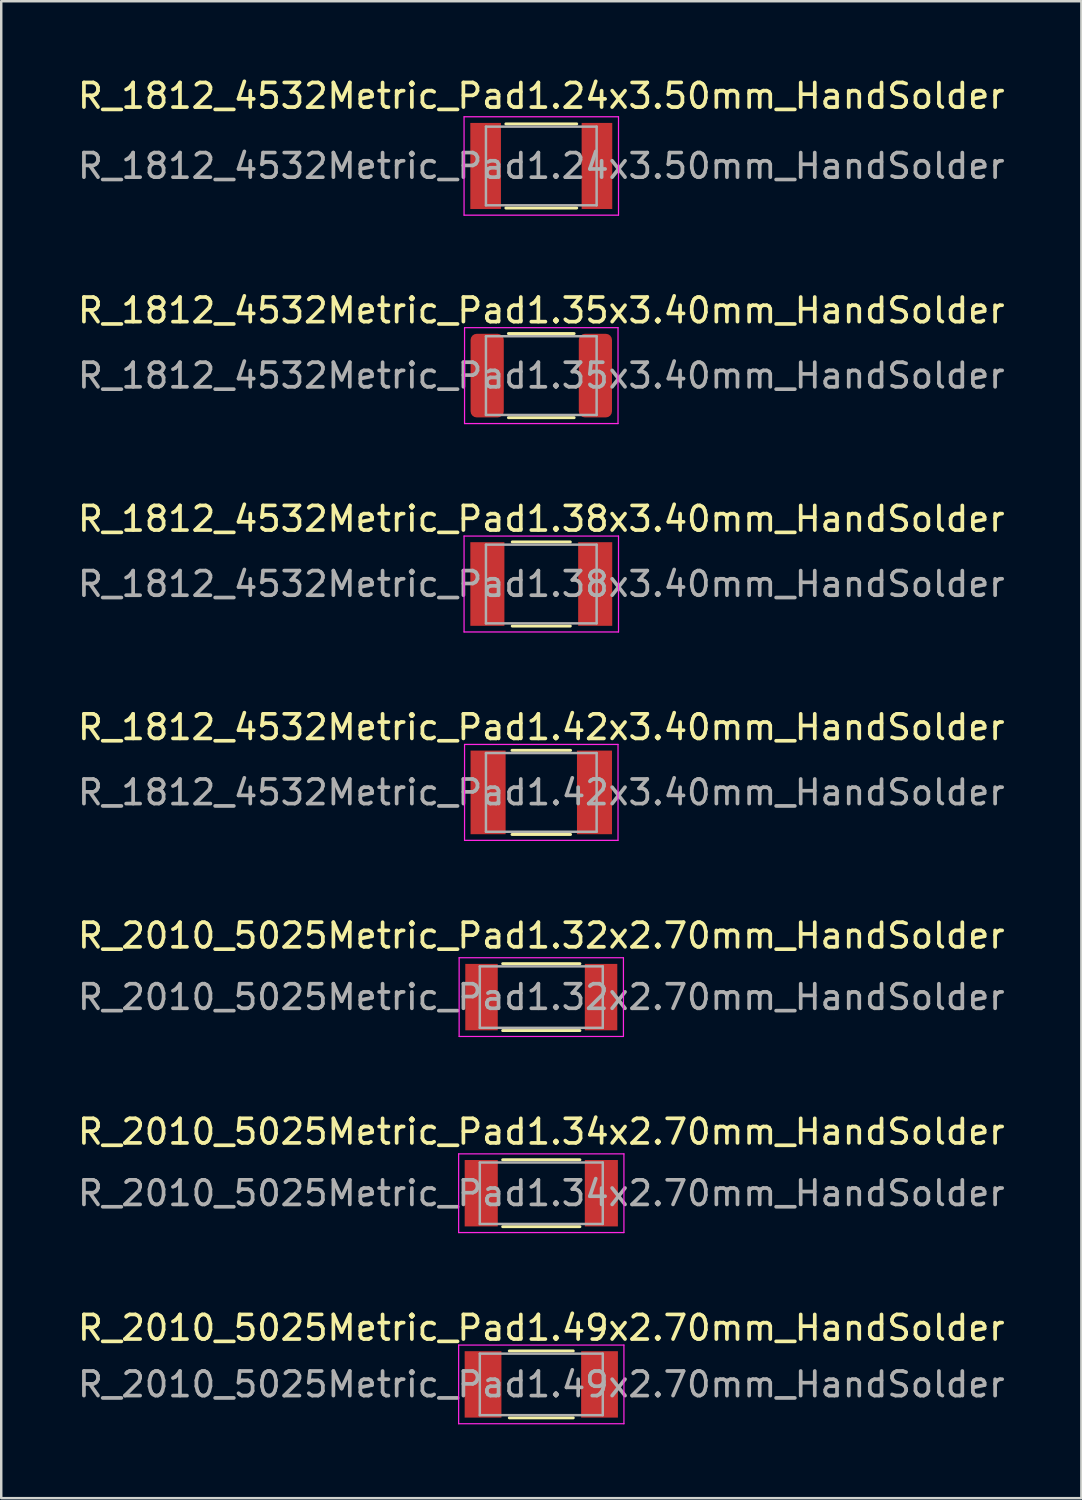
<source format=kicad_pcb>
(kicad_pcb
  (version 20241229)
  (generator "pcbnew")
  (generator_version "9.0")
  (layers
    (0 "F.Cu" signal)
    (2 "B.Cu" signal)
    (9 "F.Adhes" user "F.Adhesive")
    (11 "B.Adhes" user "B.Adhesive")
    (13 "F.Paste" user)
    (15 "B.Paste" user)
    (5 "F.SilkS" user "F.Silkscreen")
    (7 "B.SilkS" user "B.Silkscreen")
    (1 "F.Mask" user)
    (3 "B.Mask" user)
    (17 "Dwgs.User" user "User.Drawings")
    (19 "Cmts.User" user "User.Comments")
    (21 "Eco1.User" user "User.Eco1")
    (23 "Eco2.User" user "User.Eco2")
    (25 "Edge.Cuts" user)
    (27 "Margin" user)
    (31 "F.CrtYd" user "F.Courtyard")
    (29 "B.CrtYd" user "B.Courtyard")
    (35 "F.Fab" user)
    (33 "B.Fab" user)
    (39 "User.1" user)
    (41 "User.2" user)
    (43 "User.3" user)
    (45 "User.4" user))
  (footprint "R_1812_4532Metric_Pad1.24x3.50mm_HandSolder"
    (layer "F.Cu")
    (at 18.958 3.698)
    (property "Reference" "R_1812_4532Metric_Pad1.24x3.50mm_HandSolder" (at 0 -2.85 0) (layer "F.SilkS") (effects (font (size 1 1) (thickness 0.15))))
    (attr smd)
    (fp_line (start -1.44 -1.71) (end 1.44 -1.71) (stroke (width 0.12) (type solid)) (layer "F.SilkS"))
    (fp_line (start -1.44 1.71) (end 1.44 1.71) (stroke (width 0.12) (type solid)) (layer "F.SilkS"))
    (fp_line (start -3.14 -2) (end 3.14 -2) (stroke (width 0.05) (type solid)) (layer "F.CrtYd"))
    (fp_line (start -3.14 2) (end -3.14 -2) (stroke (width 0.05) (type solid)) (layer "F.CrtYd"))
    (fp_line (start 3.14 -2) (end 3.14 2) (stroke (width 0.05) (type solid)) (layer "F.CrtYd"))
    (fp_line (start 3.14 2) (end -3.14 2) (stroke (width 0.05) (type solid)) (layer "F.CrtYd"))
    (fp_line (start -2.25 -1.6) (end 2.25 -1.6) (stroke (width 0.1) (type solid)) (layer "F.Fab"))
    (fp_line (start -2.25 1.6) (end -2.25 -1.6) (stroke (width 0.1) (type solid)) (layer "F.Fab"))
    (fp_line (start 2.25 -1.6) (end 2.25 1.6) (stroke (width 0.1) (type solid)) (layer "F.Fab"))
    (fp_line (start 2.25 1.6) (end -2.25 1.6) (stroke (width 0.1) (type solid)) (layer "F.Fab"))
    (fp_text user "${REFERENCE}" (at 0 0 0) (layer "F.Fab") (effects (font (size 1 1) (thickness 0.15))))
    (pad "1" smd rect (at -2.263 0) (size 1.245 3.5) (layers "F.Cu" "F.Mask" "F.Paste"))
    (pad "2" smd rect (at 2.263 0) (size 1.245 3.5) (layers "F.Cu" "F.Mask" "F.Paste")))
  (footprint "R_2010_5025Metric_Pad1.49x2.70mm_HandSolder"
    (layer "F.Cu")
    (at 18.958 53.238)
    (property "Reference" "R_2010_5025Metric_Pad1.49x2.70mm_HandSolder" (at 0 -2.3 0) (layer "F.SilkS") (effects (font (size 1 1) (thickness 0.15))))
    (attr smd)
    (fp_line (start -1.3 -1.36) (end 1.3 -1.36) (stroke (width 0.12) (type solid)) (layer "F.SilkS"))
    (fp_line (start -1.3 1.36) (end 1.3 1.36) (stroke (width 0.12) (type solid)) (layer "F.SilkS"))
    (fp_line (start -3.36 -1.6) (end 3.36 -1.6) (stroke (width 0.05) (type solid)) (layer "F.CrtYd"))
    (fp_line (start -3.36 1.6) (end -3.36 -1.6) (stroke (width 0.05) (type solid)) (layer "F.CrtYd"))
    (fp_line (start 3.36 -1.6) (end 3.36 1.6) (stroke (width 0.05) (type solid)) (layer "F.CrtYd"))
    (fp_line (start 3.36 1.6) (end -3.36 1.6) (stroke (width 0.05) (type solid)) (layer "F.CrtYd"))
    (fp_line (start -2.5 -1.25) (end 2.5 -1.25) (stroke (width 0.1) (type solid)) (layer "F.Fab"))
    (fp_line (start -2.5 1.25) (end -2.5 -1.25) (stroke (width 0.1) (type solid)) (layer "F.Fab"))
    (fp_line (start 2.5 -1.25) (end 2.5 1.25) (stroke (width 0.1) (type solid)) (layer "F.Fab"))
    (fp_line (start 2.5 1.25) (end -2.5 1.25) (stroke (width 0.1) (type solid)) (layer "F.Fab"))
    (fp_text user "${REFERENCE}" (at 0 0 0) (layer "F.Fab") (effects (font (size 1 1) (thickness 0.15))))
    (pad "1" smd rect (at -2.368 0) (size 1.495 2.7) (layers "F.Cu" "F.Mask" "F.Paste"))
    (pad "2" smd rect (at 2.368 0) (size 1.495 2.7) (layers "F.Cu" "F.Mask" "F.Paste")))
  (footprint "R_1812_4532Metric_Pad1.38x3.40mm_HandSolder"
    (layer "F.Cu")
    (at 18.958 20.695)
    (property "Reference" "R_1812_4532Metric_Pad1.38x3.40mm_HandSolder" (at 0 -2.65 0) (layer "F.SilkS") (effects (font (size 1 1) (thickness 0.15))))
    (attr smd)
    (fp_line (start -1.18 -1.71) (end 1.18 -1.71) (stroke (width 0.12) (type solid)) (layer "F.SilkS"))
    (fp_line (start -1.18 1.71) (end 1.18 1.71) (stroke (width 0.12) (type solid)) (layer "F.SilkS"))
    (fp_line (start -3.14 -1.95) (end 3.14 -1.95) (stroke (width 0.05) (type solid)) (layer "F.CrtYd"))
    (fp_line (start -3.14 1.95) (end -3.14 -1.95) (stroke (width 0.05) (type solid)) (layer "F.CrtYd"))
    (fp_line (start 3.14 -1.95) (end 3.14 1.95) (stroke (width 0.05) (type solid)) (layer "F.CrtYd"))
    (fp_line (start 3.14 1.95) (end -3.14 1.95) (stroke (width 0.05) (type solid)) (layer "F.CrtYd"))
    (fp_line (start -2.25 -1.6) (end 2.25 -1.6) (stroke (width 0.1) (type solid)) (layer "F.Fab"))
    (fp_line (start -2.25 1.6) (end -2.25 -1.6) (stroke (width 0.1) (type solid)) (layer "F.Fab"))
    (fp_line (start 2.25 -1.6) (end 2.25 1.6) (stroke (width 0.1) (type solid)) (layer "F.Fab"))
    (fp_line (start 2.25 1.6) (end -2.25 1.6) (stroke (width 0.1) (type solid)) (layer "F.Fab"))
    (fp_text user "${REFERENCE}" (at 0 0 0) (layer "F.Fab") (effects (font (size 1 1) (thickness 0.15))))
    (pad "1" smd rect (at -2.192 0) (size 1.385 3.4) (layers "F.Cu" "F.Mask" "F.Paste"))
    (pad "2" smd rect (at 2.192 0) (size 1.385 3.4) (layers "F.Cu" "F.Mask" "F.Paste")))
  (footprint "R_1812_4532Metric_Pad1.42x3.40mm_HandSolder"
    (layer "F.Cu")
    (at 18.958 29.168)
    (property "Reference" "R_1812_4532Metric_Pad1.42x3.40mm_HandSolder" (at 0 -2.65 0) (layer "F.SilkS") (effects (font (size 1 1) (thickness 0.15))))
    (attr smd)
    (fp_line (start -1.19 -1.71) (end 1.19 -1.71) (stroke (width 0.12) (type solid)) (layer "F.SilkS"))
    (fp_line (start -1.19 1.71) (end 1.19 1.71) (stroke (width 0.12) (type solid)) (layer "F.SilkS"))
    (fp_line (start -3.12 -1.95) (end 3.12 -1.95) (stroke (width 0.05) (type solid)) (layer "F.CrtYd"))
    (fp_line (start -3.12 1.95) (end -3.12 -1.95) (stroke (width 0.05) (type solid)) (layer "F.CrtYd"))
    (fp_line (start 3.12 -1.95) (end 3.12 1.95) (stroke (width 0.05) (type solid)) (layer "F.CrtYd"))
    (fp_line (start 3.12 1.95) (end -3.12 1.95) (stroke (width 0.05) (type solid)) (layer "F.CrtYd"))
    (fp_line (start -2.25 -1.6) (end 2.25 -1.6) (stroke (width 0.1) (type solid)) (layer "F.Fab"))
    (fp_line (start -2.25 1.6) (end -2.25 -1.6) (stroke (width 0.1) (type solid)) (layer "F.Fab"))
    (fp_line (start 2.25 -1.6) (end 2.25 1.6) (stroke (width 0.1) (type solid)) (layer "F.Fab"))
    (fp_line (start 2.25 1.6) (end -2.25 1.6) (stroke (width 0.1) (type solid)) (layer "F.Fab"))
    (fp_text user "${REFERENCE}" (at 0 0 0) (layer "F.Fab") (effects (font (size 1 1) (thickness 0.15))))
    (pad "1" smd rect (at -2.163 0) (size 1.425 3.4) (layers "F.Cu" "F.Mask" "F.Paste"))
    (pad "2" smd rect (at 2.163 0) (size 1.425 3.4) (layers "F.Cu" "F.Mask" "F.Paste")))
  (footprint "R_2010_5025Metric_Pad1.34x2.70mm_HandSolder"
    (layer "F.Cu")
    (at 18.958 45.465)
    (property "Reference" "R_2010_5025Metric_Pad1.34x2.70mm_HandSolder" (at 0 -2.5 0) (layer "F.SilkS") (effects (font (size 1 1) (thickness 0.15))))
    (attr smd)
    (fp_line (start -1.57 -1.36) (end 1.57 -1.36) (stroke (width 0.12) (type solid)) (layer "F.SilkS"))
    (fp_line (start -1.57 1.36) (end 1.57 1.36) (stroke (width 0.12) (type solid)) (layer "F.SilkS"))
    (fp_line (start -3.36 -1.6) (end 3.36 -1.6) (stroke (width 0.05) (type solid)) (layer "F.CrtYd"))
    (fp_line (start -3.36 1.6) (end -3.36 -1.6) (stroke (width 0.05) (type solid)) (layer "F.CrtYd"))
    (fp_line (start 3.36 -1.6) (end 3.36 1.6) (stroke (width 0.05) (type solid)) (layer "F.CrtYd"))
    (fp_line (start 3.36 1.6) (end -3.36 1.6) (stroke (width 0.05) (type solid)) (layer "F.CrtYd"))
    (fp_line (start -2.5 -1.25) (end 2.5 -1.25) (stroke (width 0.1) (type solid)) (layer "F.Fab"))
    (fp_line (start -2.5 1.25) (end -2.5 -1.25) (stroke (width 0.1) (type solid)) (layer "F.Fab"))
    (fp_line (start 2.5 -1.25) (end 2.5 1.25) (stroke (width 0.1) (type solid)) (layer "F.Fab"))
    (fp_line (start 2.5 1.25) (end -2.5 1.25) (stroke (width 0.1) (type solid)) (layer "F.Fab"))
    (fp_text user "${REFERENCE}" (at 0 0 0) (layer "F.Fab") (effects (font (size 1 1) (thickness 0.15))))
    (pad "1" smd rect (at -2.442 0) (size 1.345 2.7) (layers "F.Cu" "F.Mask" "F.Paste"))
    (pad "2" smd rect (at 2.442 0) (size 1.345 2.7) (layers "F.Cu" "F.Mask" "F.Paste")))
  (footprint "R_2010_5025Metric_Pad1.32x2.70mm_HandSolder"
    (layer "F.Cu")
    (at 18.958 37.491)
    (property "Reference" "R_2010_5025Metric_Pad1.32x2.70mm_HandSolder" (at 0 -2.5 0) (layer "F.SilkS") (effects (font (size 1 1) (thickness 0.15))))
    (attr smd)
    (fp_line (start -1.57 -1.36) (end 1.57 -1.36) (stroke (width 0.12) (type solid)) (layer "F.SilkS"))
    (fp_line (start -1.57 1.36) (end 1.57 1.36) (stroke (width 0.12) (type solid)) (layer "F.SilkS"))
    (fp_line (start -3.34 -1.6) (end 3.34 -1.6) (stroke (width 0.05) (type solid)) (layer "F.CrtYd"))
    (fp_line (start -3.34 1.6) (end -3.34 -1.6) (stroke (width 0.05) (type solid)) (layer "F.CrtYd"))
    (fp_line (start 3.34 -1.6) (end 3.34 1.6) (stroke (width 0.05) (type solid)) (layer "F.CrtYd"))
    (fp_line (start 3.34 1.6) (end -3.34 1.6) (stroke (width 0.05) (type solid)) (layer "F.CrtYd"))
    (fp_line (start -2.5 -1.25) (end 2.5 -1.25) (stroke (width 0.1) (type solid)) (layer "F.Fab"))
    (fp_line (start -2.5 1.25) (end -2.5 -1.25) (stroke (width 0.1) (type solid)) (layer "F.Fab"))
    (fp_line (start 2.5 -1.25) (end 2.5 1.25) (stroke (width 0.1) (type solid)) (layer "F.Fab"))
    (fp_line (start 2.5 1.25) (end -2.5 1.25) (stroke (width 0.1) (type solid)) (layer "F.Fab"))
    (fp_text user "${REFERENCE}" (at 0 0 0) (layer "F.Fab") (effects (font (size 1 1) (thickness 0.15))))
    (pad "1" smd rect (at -2.43 0) (size 1.32 2.7) (layers "F.Cu" "F.Mask" "F.Paste"))
    (pad "2" smd rect (at 2.43 0) (size 1.32 2.7) (layers "F.Cu" "F.Mask" "F.Paste")))
  (footprint "R_1812_4532Metric_Pad1.35x3.40mm_HandSolder"
    (layer "F.Cu")
    (at 18.958 12.222)
    (property "Reference" "R_1812_4532Metric_Pad1.35x3.40mm_HandSolder" (at 0 -2.65 0) (layer "F.SilkS") (effects (font (size 1 1) (thickness 0.15))))
    (attr smd)
    (fp_line (start -1.336 -1.71) (end 1.336 -1.71) (stroke (width 0.12) (type solid)) (layer "F.SilkS"))
    (fp_line (start -1.336 1.71) (end 1.336 1.71) (stroke (width 0.12) (type solid)) (layer "F.SilkS"))
    (fp_line (start -3.12 -1.95) (end 3.12 -1.95) (stroke (width 0.05) (type solid)) (layer "F.CrtYd"))
    (fp_line (start -3.12 1.95) (end -3.12 -1.95) (stroke (width 0.05) (type solid)) (layer "F.CrtYd"))
    (fp_line (start 3.12 -1.95) (end 3.12 1.95) (stroke (width 0.05) (type solid)) (layer "F.CrtYd"))
    (fp_line (start 3.12 1.95) (end -3.12 1.95) (stroke (width 0.05) (type solid)) (layer "F.CrtYd"))
    (fp_line (start -2.25 -1.6) (end 2.25 -1.6) (stroke (width 0.1) (type solid)) (layer "F.Fab"))
    (fp_line (start -2.25 1.6) (end -2.25 -1.6) (stroke (width 0.1) (type solid)) (layer "F.Fab"))
    (fp_line (start 2.25 -1.6) (end 2.25 1.6) (stroke (width 0.1) (type solid)) (layer "F.Fab"))
    (fp_line (start 2.25 1.6) (end -2.25 1.6) (stroke (width 0.1) (type solid)) (layer "F.Fab"))
    (fp_text user "${REFERENCE}" (at 0 0 0) (layer "F.Fab") (effects (font (size 1 1) (thickness 0.15))))
    (pad "1" smd roundrect (at -2.2 0) (size 1.35 3.4) (layers "F.Cu" "F.Mask" "F.Paste") (roundrect_rratio 0.185))
    (pad "2" smd roundrect (at 2.2 0) (size 1.35 3.4) (layers "F.Cu" "F.Mask" "F.Paste") (roundrect_rratio 0.185)))
  (gr_rect
    (start -3 -3)
    (end 40.917 57.863)
    (stroke (width 0.1) (type default))
    (fill no)
    (layer "Edge.Cuts")))
</source>
